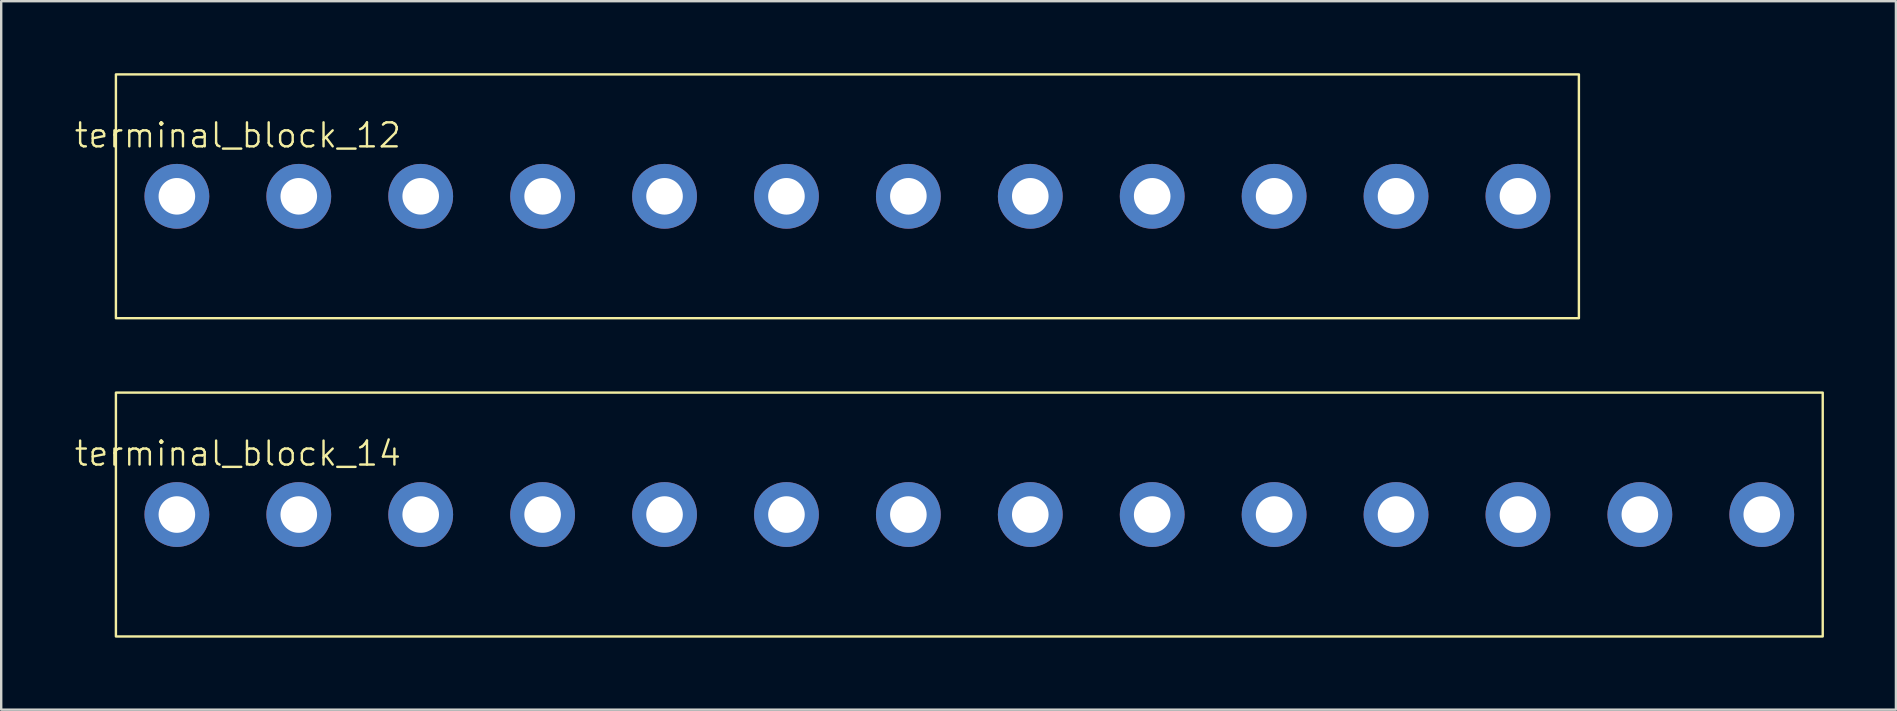
<source format=kicad_pcb>
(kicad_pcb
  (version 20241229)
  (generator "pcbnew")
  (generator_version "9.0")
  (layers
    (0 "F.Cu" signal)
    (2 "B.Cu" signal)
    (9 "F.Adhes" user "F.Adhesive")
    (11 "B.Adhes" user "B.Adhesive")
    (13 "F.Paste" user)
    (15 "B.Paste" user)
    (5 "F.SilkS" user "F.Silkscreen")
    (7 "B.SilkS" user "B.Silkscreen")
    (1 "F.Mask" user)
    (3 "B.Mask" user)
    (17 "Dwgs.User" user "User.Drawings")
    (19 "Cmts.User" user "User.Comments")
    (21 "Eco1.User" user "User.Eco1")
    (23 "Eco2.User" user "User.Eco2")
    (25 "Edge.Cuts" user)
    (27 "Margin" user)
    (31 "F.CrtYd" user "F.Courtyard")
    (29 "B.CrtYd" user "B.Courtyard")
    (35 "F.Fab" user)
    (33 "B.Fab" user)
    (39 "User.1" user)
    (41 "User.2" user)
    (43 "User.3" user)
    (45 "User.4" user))
  (footprint "terminal_block_14"
    (layer "F.Cu")
    (at 37.34 20.93)
    (property "Reference" "terminal_block_14" (at -30.48 -5.08 0) (unlocked yes) (layer "F.SilkS") (effects (font (size 1 1) (thickness 0.1))))
    (attr through_hole)
    (fp_rect (start -35.56 2.54) (end 35.56 -7.62) (stroke (width 0.1) (type default)) (fill no) (layer "F.SilkS"))
    (pad "1" thru_hole circle (at -33.02 -2.54) (size 2.7 2.7) (drill 1.524) (layers "*.Cu" "*.Mask"))
    (pad "2" thru_hole circle (at -27.94 -2.54) (size 2.7 2.7) (drill 1.524) (layers "*.Cu" "*.Mask"))
    (pad "3" thru_hole circle (at -22.86 -2.54) (size 2.7 2.7) (drill 1.524) (layers "*.Cu" "*.Mask"))
    (pad "4" thru_hole circle (at -17.78 -2.54) (size 2.7 2.7) (drill 1.524) (layers "*.Cu" "*.Mask"))
    (pad "5" thru_hole circle (at -12.7 -2.54) (size 2.7 2.7) (drill 1.524) (layers "*.Cu" "*.Mask"))
    (pad "6" thru_hole circle (at -7.62 -2.54) (size 2.7 2.7) (drill 1.524) (layers "*.Cu" "*.Mask"))
    (pad "7" thru_hole circle (at -2.54 -2.54) (size 2.7 2.7) (drill 1.524) (layers "*.Cu" "*.Mask"))
    (pad "8" thru_hole circle (at 2.54 -2.54) (size 2.7 2.7) (drill 1.524) (layers "*.Cu" "*.Mask"))
    (pad "9" thru_hole circle (at 7.62 -2.54) (size 2.7 2.7) (drill 1.524) (layers "*.Cu" "*.Mask"))
    (pad "10" thru_hole circle (at 12.7 -2.54) (size 2.7 2.7) (drill 1.524) (layers "*.Cu" "*.Mask"))
    (pad "11" thru_hole circle (at 17.78 -2.54) (size 2.7 2.7) (drill 1.524) (layers "*.Cu" "*.Mask"))
    (pad "12" thru_hole circle (at 22.86 -2.54) (size 2.7 2.7) (drill 1.524) (layers "*.Cu" "*.Mask"))
    (pad "13" thru_hole circle (at 27.94 -2.54) (size 2.7 2.7) (drill 1.524) (layers "*.Cu" "*.Mask"))
    (pad "14" thru_hole circle (at 33.02 -2.54) (size 2.7 2.7) (drill 1.524) (layers "*.Cu" "*.Mask")))
  (footprint "terminal_block_12"
    (layer "F.Cu")
    (at 37.34 7.67)
    (property "Reference" "terminal_block_12" (at -30.48 -5.08 0) (unlocked yes) (layer "F.SilkS") (effects (font (size 1 1) (thickness 0.1))))
    (attr through_hole)
    (fp_rect (start -35.56 2.54) (end 25.4 -7.62) (stroke (width 0.1) (type default)) (fill no) (layer "F.SilkS"))
    (pad "1" thru_hole circle (at -33.02 -2.54) (size 2.7 2.7) (drill 1.524) (layers "*.Cu" "*.Mask"))
    (pad "2" thru_hole circle (at -27.94 -2.54) (size 2.7 2.7) (drill 1.524) (layers "*.Cu" "*.Mask"))
    (pad "3" thru_hole circle (at -22.86 -2.54) (size 2.7 2.7) (drill 1.524) (layers "*.Cu" "*.Mask"))
    (pad "4" thru_hole circle (at -17.78 -2.54) (size 2.7 2.7) (drill 1.524) (layers "*.Cu" "*.Mask"))
    (pad "5" thru_hole circle (at -12.7 -2.54) (size 2.7 2.7) (drill 1.524) (layers "*.Cu" "*.Mask"))
    (pad "6" thru_hole circle (at -7.62 -2.54) (size 2.7 2.7) (drill 1.524) (layers "*.Cu" "*.Mask"))
    (pad "7" thru_hole circle (at -2.54 -2.54) (size 2.7 2.7) (drill 1.524) (layers "*.Cu" "*.Mask"))
    (pad "8" thru_hole circle (at 2.54 -2.54) (size 2.7 2.7) (drill 1.524) (layers "*.Cu" "*.Mask"))
    (pad "9" thru_hole circle (at 7.62 -2.54) (size 2.7 2.7) (drill 1.524) (layers "*.Cu" "*.Mask"))
    (pad "10" thru_hole circle (at 12.7 -2.54) (size 2.7 2.7) (drill 1.524) (layers "*.Cu" "*.Mask"))
    (pad "11" thru_hole circle (at 17.78 -2.54) (size 2.7 2.7) (drill 1.524) (layers "*.Cu" "*.Mask"))
    (pad "12" thru_hole circle (at 22.86 -2.54) (size 2.7 2.7) (drill 1.524) (layers "*.Cu" "*.Mask")))
  (gr_rect
    (start -3 -3)
    (end 75.95 26.52)
    (stroke (width 0.1) (type default))
    (fill no)
    (layer "Edge.Cuts")))
</source>
